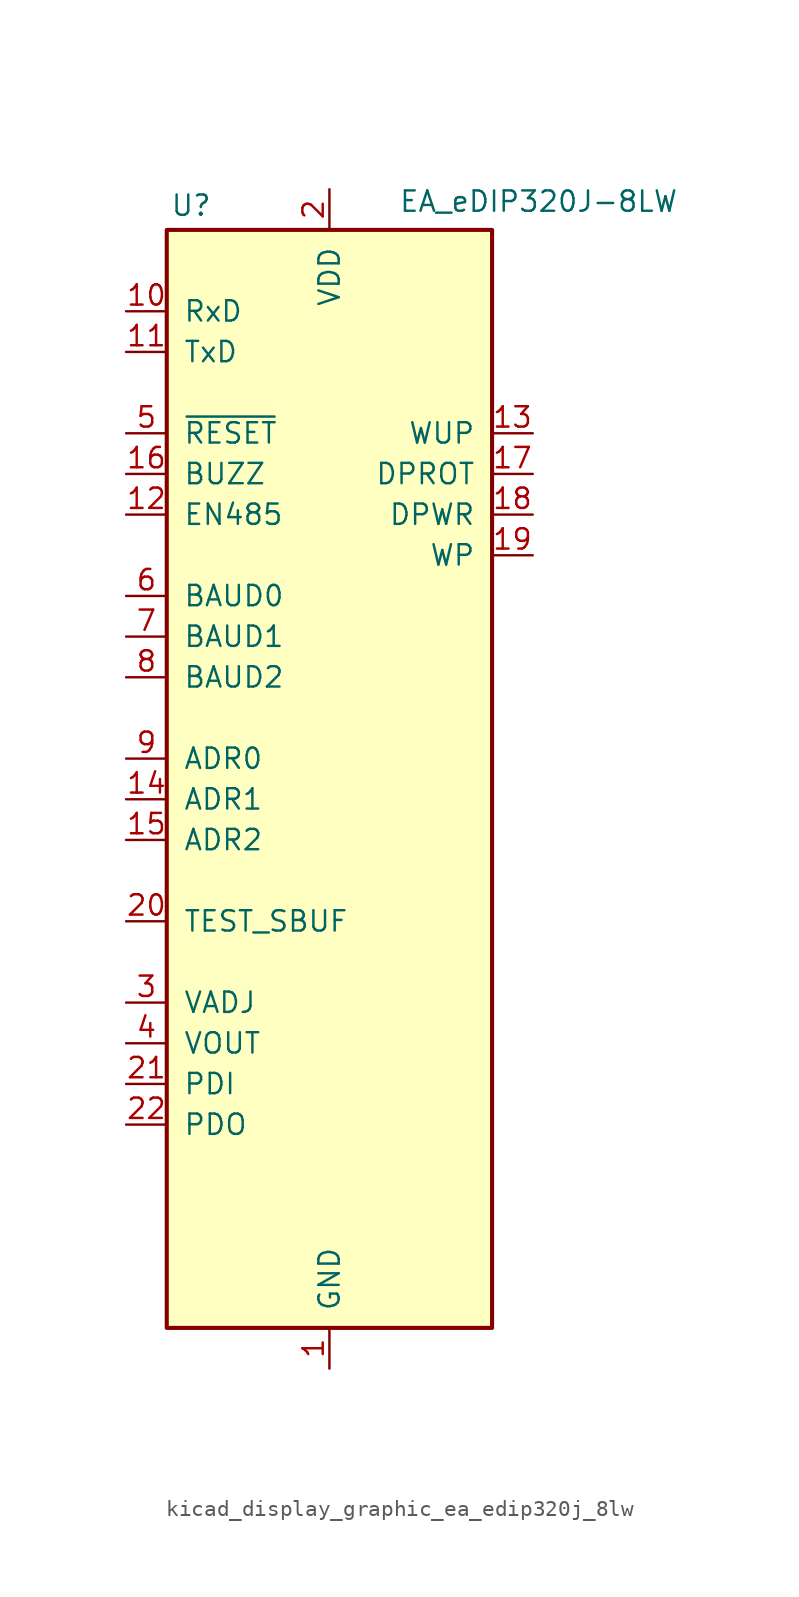
<source format=kicad_sym>
(kicad_symbol_lib
  (version 20220914)
  (generator kicad_symbol_editor)
  (symbol "kicad_display_graphic_ea_edip320j_8lw"
    (pin_names
      (offset 1.016))
    (property "Reference" "U"
      (at -8.636 29.464 0)
      (effects (font (size 1.27 1.27))))
    (property "Value" "EA_eDIP320J-8LW"
      (at 4.318 29.718 0)
      (effects (font (size 1.27 1.27)) (justify left)))
    (symbol "kicad_display_graphic_ea_edip320j_8lw_0_1"
      (rectangle (start -10.16 27.94) (end 10.16 -40.64) (stroke (width 0.254) (type default)) (fill (type background))))
    (symbol "kicad_display_graphic_ea_edip320j_8lw_1_1"
      (pin power_in line (at 0 -43.18 90) (length 2.54) (name "GND" (effects (font (size 1.27 1.27)))) (number "1" (effects (font (size 1.27 1.27)))))
      (pin input line (at -12.7 22.86 0) (length 2.54) (name "RxD" (effects (font (size 1.27 1.27)))) (number "10" (effects (font (size 1.27 1.27)))))
      (pin output line (at -12.7 20.32 0) (length 2.54) (name "TxD" (effects (font (size 1.27 1.27)))) (number "11" (effects (font (size 1.27 1.27)))))
      (pin output line (at -12.7 10.16 0) (length 2.54) (name "EN485" (effects (font (size 1.27 1.27)))) (number "12" (effects (font (size 1.27 1.27)))))
      (pin input line (at 12.7 15.24 180) (length 2.54) (name "WUP" (effects (font (size 1.27 1.27)))) (number "13" (effects (font (size 1.27 1.27)))))
      (pin input line (at -12.7 -7.62 0) (length 2.54) (name "ADR1" (effects (font (size 1.27 1.27)))) (number "14" (effects (font (size 1.27 1.27)))))
      (pin input line (at -12.7 -10.16 0) (length 2.54) (name "ADR2" (effects (font (size 1.27 1.27)))) (number "15" (effects (font (size 1.27 1.27)))))
      (pin output line (at -12.7 12.7 0) (length 2.54) (name "BUZZ" (effects (font (size 1.27 1.27)))) (number "16" (effects (font (size 1.27 1.27)))))
      (pin input line (at 12.7 12.7 180) (length 2.54) (name "DPROT" (effects (font (size 1.27 1.27)))) (number "17" (effects (font (size 1.27 1.27)))))
      (pin output line (at 12.7 10.16 180) (length 2.54) (name "DPWR" (effects (font (size 1.27 1.27)))) (number "18" (effects (font (size 1.27 1.27)))))
      (pin input line (at 12.7 7.62 180) (length 2.54) (name "WP" (effects (font (size 1.27 1.27)))) (number "19" (effects (font (size 1.27 1.27)))))
      (pin power_in line (at 0 30.48 270) (length 2.54) (name "VDD" (effects (font (size 1.27 1.27)))) (number "2" (effects (font (size 1.27 1.27)))))
      (pin open_collector line (at -12.7 -15.24 0) (length 2.54) (name "TEST_SBUF" (effects (font (size 1.27 1.27)))) (number "20" (effects (font (size 1.27 1.27)))))
      (pin input line (at -12.7 -25.4 0) (length 2.54) (name "PDI" (effects (font (size 1.27 1.27)))) (number "21" (effects (font (size 1.27 1.27)))))
      (pin output line (at -12.7 -27.94 0) (length 2.54) (name "PDO" (effects (font (size 1.27 1.27)))) (number "22" (effects (font (size 1.27 1.27)))))
      (pin no_connect line (at -10.16 -30.48 0) (length 2.54) hide (name "NC" (effects (font (size 1.27 1.27)))) (number "23" (effects (font (size 1.27 1.27)))))
      (pin no_connect line (at -10.16 -33.02 0) (length 2.54) hide (name "NC" (effects (font (size 1.27 1.27)))) (number "24" (effects (font (size 1.27 1.27)))))
      (pin no_connect line (at -10.16 -35.56 0) (length 2.54) hide (name "NC" (effects (font (size 1.27 1.27)))) (number "25" (effects (font (size 1.27 1.27)))))
      (pin no_connect line (at -10.16 -38.1 0) (length 2.54) hide (name "NC" (effects (font (size 1.27 1.27)))) (number "26" (effects (font (size 1.27 1.27)))))
      (pin no_connect line (at 10.16 25.4 180) (length 2.54) hide (name "NC" (effects (font (size 1.27 1.27)))) (number "27" (effects (font (size 1.27 1.27)))))
      (pin no_connect line (at 10.16 22.86 180) (length 2.54) hide (name "NC" (effects (font (size 1.27 1.27)))) (number "28" (effects (font (size 1.27 1.27)))))
      (pin no_connect line (at 10.16 20.32 180) (length 2.54) hide (name "NC" (effects (font (size 1.27 1.27)))) (number "29" (effects (font (size 1.27 1.27)))))
      (pin input line (at -12.7 -20.32 0) (length 2.54) (name "VADJ" (effects (font (size 1.27 1.27)))) (number "3" (effects (font (size 1.27 1.27)))))
      (pin no_connect line (at 10.16 17.78 180) (length 2.54) hide (name "NC" (effects (font (size 1.27 1.27)))) (number "30" (effects (font (size 1.27 1.27)))))
      (pin no_connect line (at 10.16 5.08 180) (length 2.54) hide (name "NC" (effects (font (size 1.27 1.27)))) (number "31" (effects (font (size 1.27 1.27)))))
      (pin no_connect line (at 10.16 2.54 180) (length 2.54) hide (name "NC" (effects (font (size 1.27 1.27)))) (number "32" (effects (font (size 1.27 1.27)))))
      (pin no_connect line (at 10.16 0 180) (length 2.54) hide (name "NC" (effects (font (size 1.27 1.27)))) (number "33" (effects (font (size 1.27 1.27)))))
      (pin no_connect line (at 10.16 -2.54 180) (length 2.54) hide (name "NC" (effects (font (size 1.27 1.27)))) (number "34" (effects (font (size 1.27 1.27)))))
      (pin no_connect line (at 10.16 -5.08 180) (length 2.54) hide (name "NC" (effects (font (size 1.27 1.27)))) (number "35" (effects (font (size 1.27 1.27)))))
      (pin no_connect line (at 10.16 -7.62 180) (length 2.54) hide (name "NC" (effects (font (size 1.27 1.27)))) (number "36" (effects (font (size 1.27 1.27)))))
      (pin no_connect line (at 10.16 -10.16 180) (length 2.54) hide (name "NC" (effects (font (size 1.27 1.27)))) (number "37" (effects (font (size 1.27 1.27)))))
      (pin no_connect line (at 10.16 -12.7 180) (length 2.54) hide (name "NC" (effects (font (size 1.27 1.27)))) (number "38" (effects (font (size 1.27 1.27)))))
      (pin no_connect line (at 10.16 -15.24 180) (length 2.54) hide (name "NC" (effects (font (size 1.27 1.27)))) (number "39" (effects (font (size 1.27 1.27)))))
      (pin output line (at -12.7 -22.86 0) (length 2.54) (name "VOUT" (effects (font (size 1.27 1.27)))) (number "4" (effects (font (size 1.27 1.27)))))
      (pin no_connect line (at 10.16 -17.78 180) (length 2.54) hide (name "NC" (effects (font (size 1.27 1.27)))) (number "40" (effects (font (size 1.27 1.27)))))
      (pin no_connect line (at 10.16 -20.32 180) (length 2.54) hide (name "NC" (effects (font (size 1.27 1.27)))) (number "41" (effects (font (size 1.27 1.27)))))
      (pin no_connect line (at 10.16 -22.86 180) (length 2.54) hide (name "NC" (effects (font (size 1.27 1.27)))) (number "42" (effects (font (size 1.27 1.27)))))
      (pin no_connect line (at 10.16 -25.4 180) (length 2.54) hide (name "NC" (effects (font (size 1.27 1.27)))) (number "43" (effects (font (size 1.27 1.27)))))
      (pin no_connect line (at 10.16 -27.94 180) (length 2.54) hide (name "NC" (effects (font (size 1.27 1.27)))) (number "44" (effects (font (size 1.27 1.27)))))
      (pin no_connect line (at 10.16 -30.48 180) (length 2.54) hide (name "NC" (effects (font (size 1.27 1.27)))) (number "45" (effects (font (size 1.27 1.27)))))
      (pin no_connect line (at 10.16 -33.02 180) (length 2.54) hide (name "NC" (effects (font (size 1.27 1.27)))) (number "46" (effects (font (size 1.27 1.27)))))
      (pin no_connect line (at 10.16 -35.56 180) (length 2.54) hide (name "NC" (effects (font (size 1.27 1.27)))) (number "47" (effects (font (size 1.27 1.27)))))
      (pin input line (at -12.7 15.24 0) (length 2.54) (name "~{RESET}" (effects (font (size 1.27 1.27)))) (number "5" (effects (font (size 1.27 1.27)))))
      (pin input line (at -12.7 5.08 0) (length 2.54) (name "BAUD0" (effects (font (size 1.27 1.27)))) (number "6" (effects (font (size 1.27 1.27)))))
      (pin input line (at -12.7 2.54 0) (length 2.54) (name "BAUD1" (effects (font (size 1.27 1.27)))) (number "7" (effects (font (size 1.27 1.27)))))
      (pin no_connect line (at 10.16 -38.1 180) (length 2.54) hide (name "NC" (effects (font (size 1.27 1.27)))) (number "78" (effects (font (size 1.27 1.27)))))
      (pin input line (at -12.7 0 0) (length 2.54) (name "BAUD2" (effects (font (size 1.27 1.27)))) (number "8" (effects (font (size 1.27 1.27)))))
      (pin input line (at -12.7 -5.08 0) (length 2.54) (name "ADR0" (effects (font (size 1.27 1.27)))) (number "9" (effects (font (size 1.27 1.27))))))))
</source>
